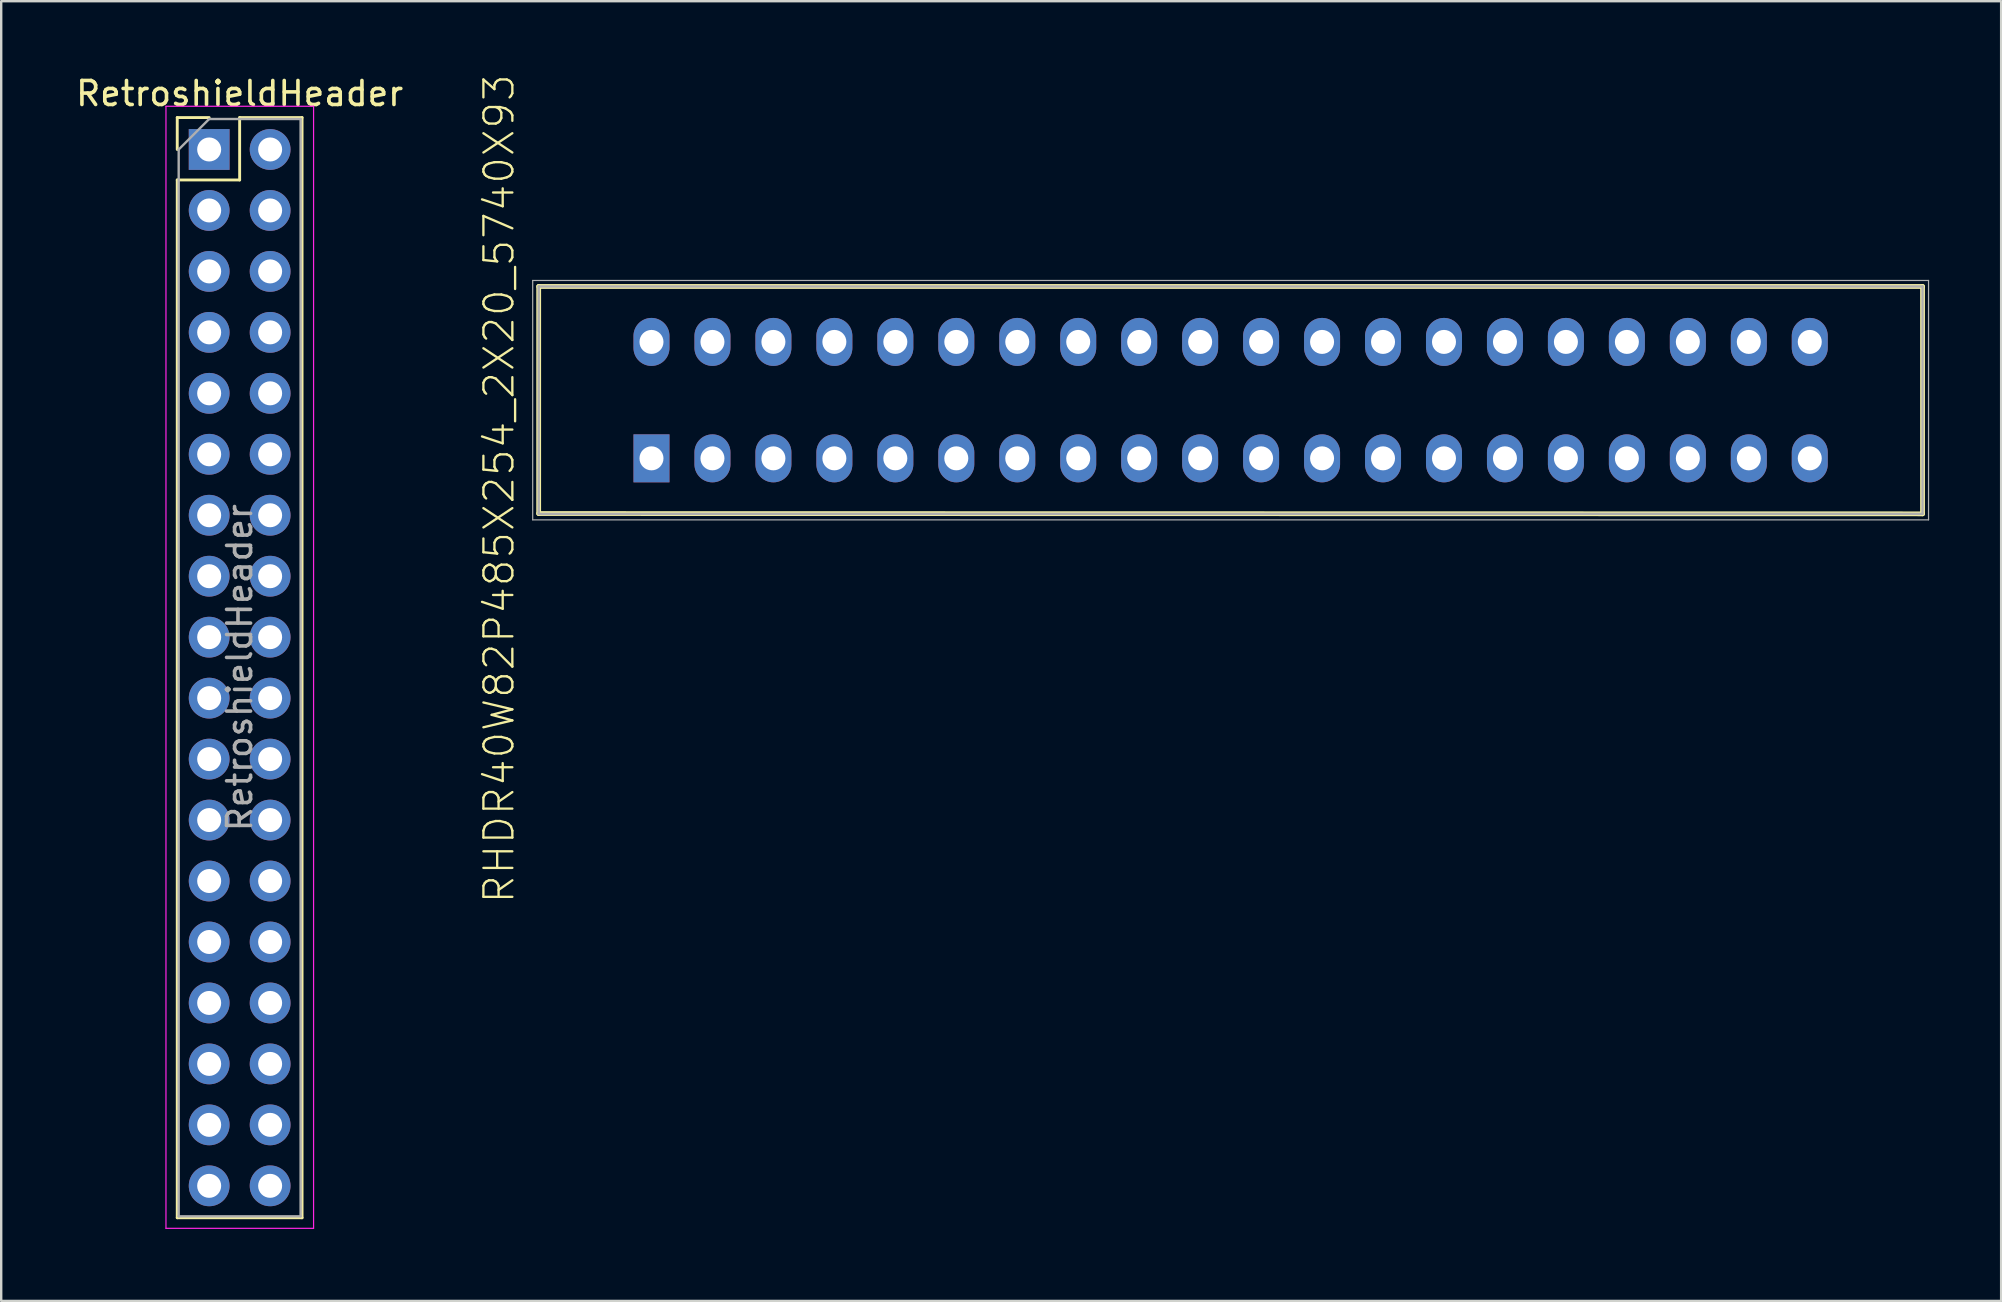
<source format=kicad_pcb>
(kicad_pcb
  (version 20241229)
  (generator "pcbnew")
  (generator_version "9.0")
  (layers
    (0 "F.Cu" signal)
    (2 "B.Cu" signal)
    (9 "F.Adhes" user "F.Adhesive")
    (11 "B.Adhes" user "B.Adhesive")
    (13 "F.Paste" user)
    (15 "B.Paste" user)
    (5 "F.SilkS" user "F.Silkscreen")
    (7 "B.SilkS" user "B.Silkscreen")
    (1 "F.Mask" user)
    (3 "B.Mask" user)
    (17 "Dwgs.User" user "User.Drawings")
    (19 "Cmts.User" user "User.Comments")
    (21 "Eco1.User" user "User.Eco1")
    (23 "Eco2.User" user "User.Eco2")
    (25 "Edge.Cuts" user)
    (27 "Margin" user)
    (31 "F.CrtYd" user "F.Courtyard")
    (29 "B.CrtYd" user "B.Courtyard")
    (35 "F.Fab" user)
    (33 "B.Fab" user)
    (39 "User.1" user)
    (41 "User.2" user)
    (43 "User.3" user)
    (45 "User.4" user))
  (footprint "RHDR40W82P485X254_2X20_5740X93"
    (layer "F.Cu")
    (at 24.094 16.047)
    (property "Reference" "RHDR40W82P485X254_2X20_5740X93" (at -6.35 1.27 90) (layer "F.SilkS") (effects (font (size 1.206 1.206) (thickness 0.097))))
    (attr through_hole)
    (fp_line (start -4.7 2.3) (end 52.959 2.312) (stroke (width 0.2) (type solid)) (layer "F.SilkS"))
    (fp_line (start -4.699 -7.162) (end -4.7 2.3) (stroke (width 0.2) (type solid)) (layer "F.SilkS"))
    (fp_line (start 52.959 -7.162) (end -4.699 -7.162) (stroke (width 0.2) (type solid)) (layer "F.SilkS"))
    (fp_line (start 52.959 2.312) (end 52.959 -7.162) (stroke (width 0.2) (type solid)) (layer "F.SilkS"))
    (fp_line (start -4.949 -7.412) (end 53.209 -7.412) (stroke (width 0.05) (type solid)) (layer "F.Fab"))
    (fp_line (start -4.949 2.562) (end -4.949 -7.412) (stroke (width 0.05) (type solid)) (layer "F.Fab"))
    (fp_line (start -4.699 -7.162) (end 52.959 -7.162) (stroke (width 0.1) (type solid)) (layer "F.Fab"))
    (fp_line (start -4.699 2.312) (end -4.699 -7.162) (stroke (width 0.1) (type solid)) (layer "F.Fab"))
    (fp_line (start 52.959 -7.162) (end 52.959 2.312) (stroke (width 0.1) (type solid)) (layer "F.Fab"))
    (fp_line (start 52.959 2.312) (end -4.699 2.312) (stroke (width 0.1) (type solid)) (layer "F.Fab"))
    (fp_line (start 53.209 -7.412) (end 53.209 2.562) (stroke (width 0.05) (type solid)) (layer "F.Fab"))
    (fp_line (start 53.209 2.562) (end -4.949 2.562) (stroke (width 0.05) (type solid)) (layer "F.Fab"))
    (pad "1" thru_hole rect (at 0 0) (size 1.5 2) (drill 1) (layers "*.Cu" "*.Mask"))
    (pad "2" thru_hole oval (at 0 -4.851) (size 1.5 2) (drill 1) (layers "*.Cu" "*.Mask"))
    (pad "3" thru_hole oval (at 2.54 0) (size 1.5 2) (drill 1) (layers "*.Cu" "*.Mask"))
    (pad "4" thru_hole oval (at 2.54 -4.851) (size 1.5 2) (drill 1) (layers "*.Cu" "*.Mask"))
    (pad "5" thru_hole oval (at 5.08 0) (size 1.5 2) (drill 1) (layers "*.Cu" "*.Mask"))
    (pad "6" thru_hole oval (at 5.08 -4.851) (size 1.5 2) (drill 1) (layers "*.Cu" "*.Mask"))
    (pad "7" thru_hole oval (at 7.62 0) (size 1.5 2) (drill 1) (layers "*.Cu" "*.Mask"))
    (pad "8" thru_hole oval (at 7.62 -4.851) (size 1.5 2) (drill 1) (layers "*.Cu" "*.Mask"))
    (pad "9" thru_hole oval (at 10.16 0) (size 1.5 2) (drill 1) (layers "*.Cu" "*.Mask"))
    (pad "10" thru_hole oval (at 10.16 -4.851) (size 1.5 2) (drill 1) (layers "*.Cu" "*.Mask"))
    (pad "11" thru_hole oval (at 12.7 0) (size 1.5 2) (drill 1) (layers "*.Cu" "*.Mask"))
    (pad "12" thru_hole oval (at 12.7 -4.851) (size 1.5 2) (drill 1) (layers "*.Cu" "*.Mask"))
    (pad "13" thru_hole oval (at 15.24 0) (size 1.5 2) (drill 1) (layers "*.Cu" "*.Mask"))
    (pad "14" thru_hole oval (at 15.24 -4.851) (size 1.5 2) (drill 1) (layers "*.Cu" "*.Mask"))
    (pad "15" thru_hole oval (at 17.78 0) (size 1.5 2) (drill 1) (layers "*.Cu" "*.Mask"))
    (pad "16" thru_hole oval (at 17.78 -4.851) (size 1.5 2) (drill 1) (layers "*.Cu" "*.Mask"))
    (pad "17" thru_hole oval (at 20.32 0) (size 1.5 2) (drill 1) (layers "*.Cu" "*.Mask"))
    (pad "18" thru_hole oval (at 20.32 -4.851) (size 1.5 2) (drill 1) (layers "*.Cu" "*.Mask"))
    (pad "19" thru_hole oval (at 22.86 0) (size 1.5 2) (drill 1) (layers "*.Cu" "*.Mask"))
    (pad "20" thru_hole oval (at 22.86 -4.851) (size 1.5 2) (drill 1) (layers "*.Cu" "*.Mask"))
    (pad "21" thru_hole oval (at 25.4 0) (size 1.5 2) (drill 1) (layers "*.Cu" "*.Mask"))
    (pad "22" thru_hole oval (at 25.4 -4.851) (size 1.5 2) (drill 1) (layers "*.Cu" "*.Mask"))
    (pad "23" thru_hole oval (at 27.94 0) (size 1.5 2) (drill 1) (layers "*.Cu" "*.Mask"))
    (pad "24" thru_hole oval (at 27.94 -4.851) (size 1.5 2) (drill 1) (layers "*.Cu" "*.Mask"))
    (pad "25" thru_hole oval (at 30.48 0) (size 1.5 2) (drill 1) (layers "*.Cu" "*.Mask"))
    (pad "26" thru_hole oval (at 30.48 -4.851) (size 1.5 2) (drill 1) (layers "*.Cu" "*.Mask"))
    (pad "27" thru_hole oval (at 33.02 0) (size 1.5 2) (drill 1) (layers "*.Cu" "*.Mask"))
    (pad "28" thru_hole oval (at 33.02 -4.851) (size 1.5 2) (drill 1) (layers "*.Cu" "*.Mask"))
    (pad "29" thru_hole oval (at 35.56 0) (size 1.5 2) (drill 1) (layers "*.Cu" "*.Mask"))
    (pad "30" thru_hole oval (at 35.56 -4.851) (size 1.5 2) (drill 1) (layers "*.Cu" "*.Mask"))
    (pad "31" thru_hole oval (at 38.1 0) (size 1.5 2) (drill 1) (layers "*.Cu" "*.Mask"))
    (pad "32" thru_hole oval (at 38.1 -4.851) (size 1.5 2) (drill 1) (layers "*.Cu" "*.Mask"))
    (pad "33" thru_hole oval (at 40.64 0) (size 1.5 2) (drill 1) (layers "*.Cu" "*.Mask"))
    (pad "34" thru_hole oval (at 40.64 -4.851) (size 1.5 2) (drill 1) (layers "*.Cu" "*.Mask"))
    (pad "35" thru_hole oval (at 43.18 0) (size 1.5 2) (drill 1) (layers "*.Cu" "*.Mask"))
    (pad "36" thru_hole oval (at 43.18 -4.851) (size 1.5 2) (drill 1) (layers "*.Cu" "*.Mask"))
    (pad "37" thru_hole oval (at 45.72 0) (size 1.5 2) (drill 1) (layers "*.Cu" "*.Mask"))
    (pad "38" thru_hole oval (at 45.72 -4.851) (size 1.5 2) (drill 1) (layers "*.Cu" "*.Mask"))
    (pad "39" thru_hole oval (at 48.26 0) (size 1.5 2) (drill 1) (layers "*.Cu" "*.Mask"))
    (pad "40" thru_hole oval (at 48.26 -4.851) (size 1.5 2) (drill 1) (layers "*.Cu" "*.Mask")))
  (footprint "RetroshieldHeader"
    (layer "F.Cu")
    (at 5.665 3.178)
    (property "Reference" "RetroshieldHeader" (at 1.27 -2.33 0) (layer "F.SilkS") (effects (font (size 1 1) (thickness 0.15))))
    (attr through_hole)
    (fp_line (start -1.33 -1.33) (end 0 -1.33) (stroke (width 0.12) (type solid)) (layer "F.SilkS"))
    (fp_line (start -1.33 0) (end -1.33 -1.33) (stroke (width 0.12) (type solid)) (layer "F.SilkS"))
    (fp_line (start -1.33 1.27) (end -1.33 44.51) (stroke (width 0.12) (type solid)) (layer "F.SilkS"))
    (fp_line (start -1.33 1.27) (end 1.27 1.27) (stroke (width 0.12) (type solid)) (layer "F.SilkS"))
    (fp_line (start -1.33 44.51) (end 3.87 44.51) (stroke (width 0.12) (type solid)) (layer "F.SilkS"))
    (fp_line (start 1.27 -1.33) (end 3.87 -1.33) (stroke (width 0.12) (type solid)) (layer "F.SilkS"))
    (fp_line (start 1.27 1.27) (end 1.27 -1.33) (stroke (width 0.12) (type solid)) (layer "F.SilkS"))
    (fp_line (start 3.87 -1.33) (end 3.87 44.51) (stroke (width 0.12) (type solid)) (layer "F.SilkS"))
    (fp_line (start -1.8 -1.8) (end -1.8 44.95) (stroke (width 0.05) (type solid)) (layer "F.CrtYd"))
    (fp_line (start -1.8 44.95) (end 4.35 44.95) (stroke (width 0.05) (type solid)) (layer "F.CrtYd"))
    (fp_line (start 4.35 -1.8) (end -1.8 -1.8) (stroke (width 0.05) (type solid)) (layer "F.CrtYd"))
    (fp_line (start 4.35 44.95) (end 4.35 -1.8) (stroke (width 0.05) (type solid)) (layer "F.CrtYd"))
    (fp_line (start -1.27 0) (end 0 -1.27) (stroke (width 0.1) (type solid)) (layer "F.Fab"))
    (fp_line (start -1.27 44.45) (end -1.27 0) (stroke (width 0.1) (type solid)) (layer "F.Fab"))
    (fp_line (start 0 -1.27) (end 3.81 -1.27) (stroke (width 0.1) (type solid)) (layer "F.Fab"))
    (fp_line (start 3.81 -1.27) (end 3.81 44.45) (stroke (width 0.1) (type solid)) (layer "F.Fab"))
    (fp_line (start 3.81 44.45) (end -1.27 44.45) (stroke (width 0.1) (type solid)) (layer "F.Fab"))
    (fp_text user "${REFERENCE}" (at 1.27 21.59 90) (layer "F.Fab") (effects (font (size 1 1) (thickness 0.15))))
    (pad "1" thru_hole rect (at 0 0) (size 1.7 1.7) (drill 1) (layers "*.Cu" "*.Mask"))
    (pad "2" thru_hole oval (at 0 2.54) (size 1.7 1.7) (drill 1) (layers "*.Cu" "*.Mask"))
    (pad "3" thru_hole oval (at 0 5.08) (size 1.7 1.7) (drill 1) (layers "*.Cu" "*.Mask"))
    (pad "4" thru_hole oval (at 0 7.62) (size 1.7 1.7) (drill 1) (layers "*.Cu" "*.Mask"))
    (pad "5" thru_hole oval (at 0 10.16) (size 1.7 1.7) (drill 1) (layers "*.Cu" "*.Mask"))
    (pad "6" thru_hole oval (at 0 12.7) (size 1.7 1.7) (drill 1) (layers "*.Cu" "*.Mask"))
    (pad "7" thru_hole oval (at 0 15.24) (size 1.7 1.7) (drill 1) (layers "*.Cu" "*.Mask"))
    (pad "8" thru_hole oval (at 0 17.78) (size 1.7 1.7) (drill 1) (layers "*.Cu" "*.Mask"))
    (pad "9" thru_hole oval (at 0 20.32) (size 1.7 1.7) (drill 1) (layers "*.Cu" "*.Mask"))
    (pad "10" thru_hole oval (at 0 22.86) (size 1.7 1.7) (drill 1) (layers "*.Cu" "*.Mask"))
    (pad "11" thru_hole oval (at 0 25.4) (size 1.7 1.7) (drill 1) (layers "*.Cu" "*.Mask"))
    (pad "12" thru_hole oval (at 0 27.94) (size 1.7 1.7) (drill 1) (layers "*.Cu" "*.Mask"))
    (pad "13" thru_hole oval (at 0 30.48) (size 1.7 1.7) (drill 1) (layers "*.Cu" "*.Mask"))
    (pad "14" thru_hole oval (at 0 33.02) (size 1.7 1.7) (drill 1) (layers "*.Cu" "*.Mask"))
    (pad "15" thru_hole oval (at 0 35.56) (size 1.7 1.7) (drill 1) (layers "*.Cu" "*.Mask"))
    (pad "16" thru_hole oval (at 0 38.1) (size 1.7 1.7) (drill 1) (layers "*.Cu" "*.Mask"))
    (pad "17" thru_hole oval (at 0 40.64) (size 1.7 1.7) (drill 1) (layers "*.Cu" "*.Mask"))
    (pad "18" thru_hole oval (at 0 43.18) (size 1.7 1.7) (drill 1) (layers "*.Cu" "*.Mask"))
    (pad "19" thru_hole oval (at 2.54 43.18) (size 1.7 1.7) (drill 1) (layers "*.Cu" "*.Mask"))
    (pad "20" thru_hole oval (at 2.54 40.64) (size 1.7 1.7) (drill 1) (layers "*.Cu" "*.Mask"))
    (pad "21" thru_hole oval (at 2.54 38.1) (size 1.7 1.7) (drill 1) (layers "*.Cu" "*.Mask"))
    (pad "22" thru_hole oval (at 2.54 35.56) (size 1.7 1.7) (drill 1) (layers "*.Cu" "*.Mask"))
    (pad "23" thru_hole oval (at 2.54 33.02) (size 1.7 1.7) (drill 1) (layers "*.Cu" "*.Mask"))
    (pad "24" thru_hole oval (at 2.54 30.48) (size 1.7 1.7) (drill 1) (layers "*.Cu" "*.Mask"))
    (pad "25" thru_hole oval (at 2.54 27.94) (size 1.7 1.7) (drill 1) (layers "*.Cu" "*.Mask"))
    (pad "26" thru_hole oval (at 2.54 25.4) (size 1.7 1.7) (drill 1) (layers "*.Cu" "*.Mask"))
    (pad "27" thru_hole oval (at 2.54 22.86) (size 1.7 1.7) (drill 1) (layers "*.Cu" "*.Mask"))
    (pad "28" thru_hole oval (at 2.54 20.32) (size 1.7 1.7) (drill 1) (layers "*.Cu" "*.Mask"))
    (pad "29" thru_hole oval (at 2.54 17.78) (size 1.7 1.7) (drill 1) (layers "*.Cu" "*.Mask"))
    (pad "30" thru_hole oval (at 2.54 15.24) (size 1.7 1.7) (drill 1) (layers "*.Cu" "*.Mask"))
    (pad "31" thru_hole oval (at 2.54 12.7) (size 1.7 1.7) (drill 1) (layers "*.Cu" "*.Mask"))
    (pad "32" thru_hole oval (at 2.54 10.16) (size 1.7 1.7) (drill 1) (layers "*.Cu" "*.Mask"))
    (pad "33" thru_hole oval (at 2.54 7.62) (size 1.7 1.7) (drill 1) (layers "*.Cu" "*.Mask"))
    (pad "34" thru_hole oval (at 2.54 5.08) (size 1.7 1.7) (drill 1) (layers "*.Cu" "*.Mask"))
    (pad "35" thru_hole oval (at 2.54 2.54) (size 1.7 1.7) (drill 1) (layers "*.Cu" "*.Mask"))
    (pad "36" thru_hole oval (at 2.54 0) (size 1.7 1.7) (drill 1) (layers "*.Cu" "*.Mask")))
  (gr_rect
    (start -3 -3)
    (end 80.328 51.153)
    (stroke (width 0.1) (type default))
    (fill no)
    (layer "Edge.Cuts")))
</source>
